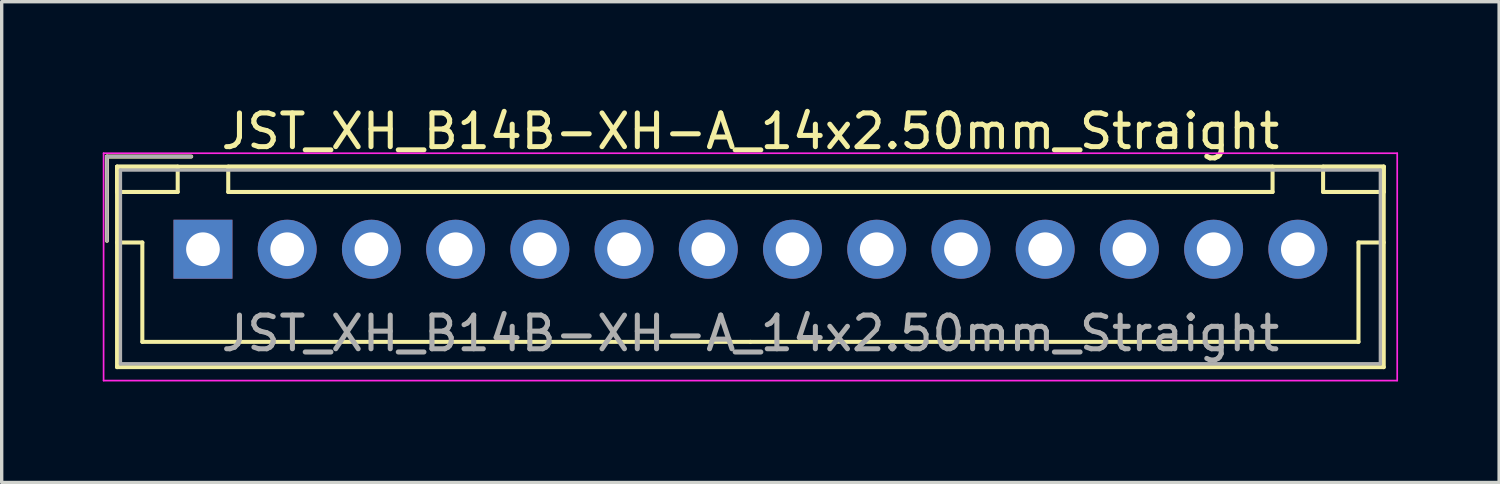
<source format=kicad_pcb>
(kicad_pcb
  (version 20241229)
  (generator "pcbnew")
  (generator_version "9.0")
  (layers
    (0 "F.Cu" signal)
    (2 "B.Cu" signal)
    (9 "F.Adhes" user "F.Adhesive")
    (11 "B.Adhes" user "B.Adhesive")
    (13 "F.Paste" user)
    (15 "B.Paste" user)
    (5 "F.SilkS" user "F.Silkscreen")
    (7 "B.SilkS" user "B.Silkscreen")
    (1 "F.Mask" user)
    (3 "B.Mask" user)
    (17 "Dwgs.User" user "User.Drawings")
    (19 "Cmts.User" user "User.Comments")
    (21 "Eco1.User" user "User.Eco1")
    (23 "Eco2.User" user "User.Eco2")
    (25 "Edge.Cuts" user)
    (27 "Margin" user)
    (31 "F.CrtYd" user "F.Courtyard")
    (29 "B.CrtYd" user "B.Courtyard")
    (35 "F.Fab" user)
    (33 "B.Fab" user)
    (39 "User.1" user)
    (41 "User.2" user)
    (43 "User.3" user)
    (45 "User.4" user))
  (footprint "JST_XH_B14B-XH-A_14x2.50mm_Straight"
    (layer "F.Cu")
    (at 2.975 4.348)
    (property "Reference" "JST_XH_B14B-XH-A_14x2.50mm_Straight" (at 16.25 -3.5 0) (layer "F.SilkS") (effects (font (size 1 1) (thickness 0.15))))
    (attr through_hole)
    (fp_line (start -2.85 -2.75) (end -2.85 -0.25) (stroke (width 0.12) (type solid)) (layer "F.SilkS"))
    (fp_line (start -2.55 -2.45) (end -2.55 -1.7) (stroke (width 0.12) (type solid)) (layer "F.SilkS"))
    (fp_line (start -2.55 -2.45) (end -2.55 3.5) (stroke (width 0.12) (type solid)) (layer "F.SilkS"))
    (fp_line (start -2.55 -1.7) (end -0.75 -1.7) (stroke (width 0.12) (type solid)) (layer "F.SilkS"))
    (fp_line (start -2.55 -0.2) (end -1.8 -0.2) (stroke (width 0.12) (type solid)) (layer "F.SilkS"))
    (fp_line (start -2.55 3.5) (end 35.05 3.5) (stroke (width 0.12) (type solid)) (layer "F.SilkS"))
    (fp_line (start -1.8 -0.2) (end -1.8 2.75) (stroke (width 0.12) (type solid)) (layer "F.SilkS"))
    (fp_line (start -1.8 2.75) (end 16.25 2.75) (stroke (width 0.12) (type solid)) (layer "F.SilkS"))
    (fp_line (start -0.75 -2.45) (end -2.55 -2.45) (stroke (width 0.12) (type solid)) (layer "F.SilkS"))
    (fp_line (start -0.75 -1.7) (end -0.75 -2.45) (stroke (width 0.12) (type solid)) (layer "F.SilkS"))
    (fp_line (start -0.35 -2.75) (end -2.85 -2.75) (stroke (width 0.12) (type solid)) (layer "F.SilkS"))
    (fp_line (start 0.75 -2.45) (end 0.75 -1.7) (stroke (width 0.12) (type solid)) (layer "F.SilkS"))
    (fp_line (start 0.75 -1.7) (end 31.75 -1.7) (stroke (width 0.12) (type solid)) (layer "F.SilkS"))
    (fp_line (start 31.75 -2.45) (end 0.75 -2.45) (stroke (width 0.12) (type solid)) (layer "F.SilkS"))
    (fp_line (start 31.75 -1.7) (end 31.75 -2.45) (stroke (width 0.12) (type solid)) (layer "F.SilkS"))
    (fp_line (start 33.25 -2.45) (end 33.25 -1.7) (stroke (width 0.12) (type solid)) (layer "F.SilkS"))
    (fp_line (start 33.25 -1.7) (end 35.05 -1.7) (stroke (width 0.12) (type solid)) (layer "F.SilkS"))
    (fp_line (start 34.3 -0.2) (end 34.3 2.75) (stroke (width 0.12) (type solid)) (layer "F.SilkS"))
    (fp_line (start 34.3 2.75) (end 16.25 2.75) (stroke (width 0.12) (type solid)) (layer "F.SilkS"))
    (fp_line (start 35.05 -2.45) (end -2.55 -2.45) (stroke (width 0.12) (type solid)) (layer "F.SilkS"))
    (fp_line (start 35.05 -2.45) (end 33.25 -2.45) (stroke (width 0.12) (type solid)) (layer "F.SilkS"))
    (fp_line (start 35.05 -1.7) (end 35.05 -2.45) (stroke (width 0.12) (type solid)) (layer "F.SilkS"))
    (fp_line (start 35.05 -0.2) (end 34.3 -0.2) (stroke (width 0.12) (type solid)) (layer "F.SilkS"))
    (fp_line (start 35.05 3.5) (end 35.05 -2.45) (stroke (width 0.12) (type solid)) (layer "F.SilkS"))
    (fp_line (start -2.95 -2.85) (end -2.95 3.9) (stroke (width 0.05) (type solid)) (layer "F.CrtYd"))
    (fp_line (start -2.95 3.9) (end 35.45 3.9) (stroke (width 0.05) (type solid)) (layer "F.CrtYd"))
    (fp_line (start 35.45 -2.85) (end -2.95 -2.85) (stroke (width 0.05) (type solid)) (layer "F.CrtYd"))
    (fp_line (start 35.45 3.9) (end 35.45 -2.85) (stroke (width 0.05) (type solid)) (layer "F.CrtYd"))
    (fp_line (start -2.85 -2.75) (end -2.85 -0.25) (stroke (width 0.1) (type solid)) (layer "F.Fab"))
    (fp_line (start -2.45 -2.35) (end -2.45 3.4) (stroke (width 0.1) (type solid)) (layer "F.Fab"))
    (fp_line (start -2.45 3.4) (end 34.95 3.4) (stroke (width 0.1) (type solid)) (layer "F.Fab"))
    (fp_line (start -0.35 -2.75) (end -2.85 -2.75) (stroke (width 0.1) (type solid)) (layer "F.Fab"))
    (fp_line (start 34.95 -2.35) (end -2.45 -2.35) (stroke (width 0.1) (type solid)) (layer "F.Fab"))
    (fp_line (start 34.95 3.4) (end 34.95 -2.35) (stroke (width 0.1) (type solid)) (layer "F.Fab"))
    (fp_text user "${REFERENCE}" (at 16.25 2.5 0) (layer "F.Fab") (effects (font (size 1 1) (thickness 0.15))))
    (pad "1" thru_hole rect (at 0 0) (size 1.75 1.75) (drill 1) (layers "*.Cu" "*.Mask"))
    (pad "2" thru_hole circle (at 2.5 0) (size 1.75 1.75) (drill 1) (layers "*.Cu" "*.Mask"))
    (pad "3" thru_hole circle (at 5 0) (size 1.75 1.75) (drill 1) (layers "*.Cu" "*.Mask"))
    (pad "4" thru_hole circle (at 7.5 0) (size 1.75 1.75) (drill 1) (layers "*.Cu" "*.Mask"))
    (pad "5" thru_hole circle (at 10 0) (size 1.75 1.75) (drill 1) (layers "*.Cu" "*.Mask"))
    (pad "6" thru_hole circle (at 12.5 0) (size 1.75 1.75) (drill 1) (layers "*.Cu" "*.Mask"))
    (pad "7" thru_hole circle (at 15 0) (size 1.75 1.75) (drill 1) (layers "*.Cu" "*.Mask"))
    (pad "8" thru_hole circle (at 17.5 0) (size 1.75 1.75) (drill 1) (layers "*.Cu" "*.Mask"))
    (pad "9" thru_hole circle (at 20 0) (size 1.75 1.75) (drill 1) (layers "*.Cu" "*.Mask"))
    (pad "10" thru_hole circle (at 22.5 0) (size 1.75 1.75) (drill 1) (layers "*.Cu" "*.Mask"))
    (pad "11" thru_hole circle (at 25 0) (size 1.75 1.75) (drill 1) (layers "*.Cu" "*.Mask"))
    (pad "12" thru_hole circle (at 27.5 0) (size 1.75 1.75) (drill 1) (layers "*.Cu" "*.Mask"))
    (pad "13" thru_hole circle (at 30 0) (size 1.75 1.75) (drill 1) (layers "*.Cu" "*.Mask"))
    (pad "14" thru_hole circle (at 32.5 0) (size 1.75 1.75) (drill 1) (layers "*.Cu" "*.Mask")))
  (gr_rect
    (start -3 -3)
    (end 41.45 11.273)
    (stroke (width 0.1) (type default))
    (fill no)
    (layer "Edge.Cuts")))
</source>
